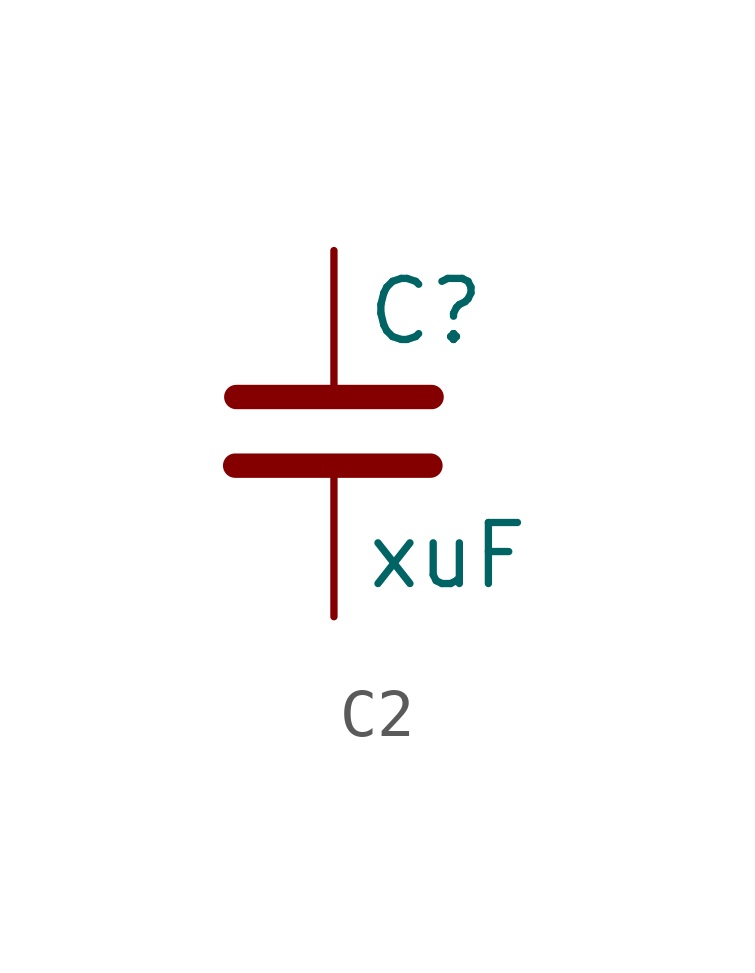
<source format=kicad_sym>
(kicad_symbol_lib
  (version 20241209)
  (generator "kicad_symbol_editor")
  (generator_version "9.0")
  (symbol "C2"
    (pin_numbers
      (hide yes))
    (pin_names
      (offset 0.254)
      (hide yes))
    (property "Reference" "C"
      (at 0.635 2.54 0)
      (effects (font (size 1.27 1.27)) (justify left)))
    (property "Value" "xuF"
      (at 0.635 -2.54 0)
      (effects (font (size 1.27 1.27)) (justify left)))
    (symbol "C2_0_1"
      (polyline (pts (xy -2.056 -0.666) (xy 2.008 -0.666)) (stroke (width 0.508) (type default)) (fill (type none)))
      (polyline (pts (xy -2.032 0.762) (xy 2.032 0.762)) (stroke (width 0.508) (type default)) (fill (type none))))
    (symbol "C2_1_1"
      (pin passive line (at 0 3.81 270) (length 2.794) (name "~" (effects (font (size 1.27 1.27)))) (number "1" (effects (font (size 1.27 1.27)))))
      (pin passive line (at 0 -3.81 90) (length 3.302) (name "~" (effects (font (size 1.27 1.27)))) (number "2" (effects (font (size 1.27 1.27))))))))
</source>
